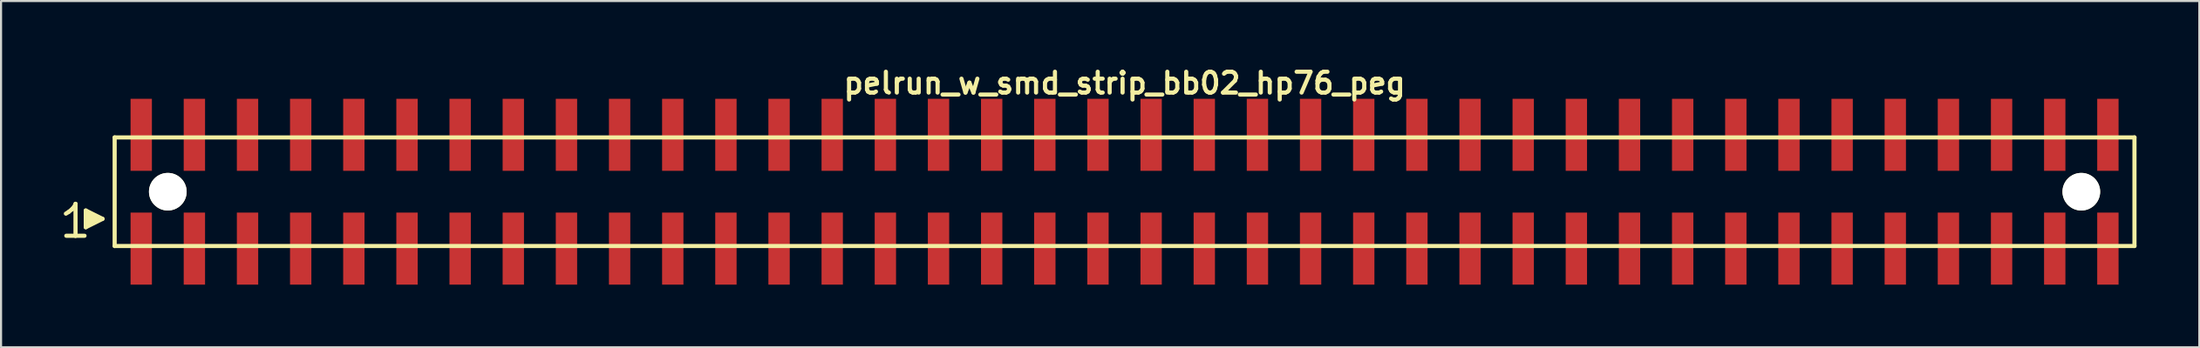
<source format=kicad_pcb>
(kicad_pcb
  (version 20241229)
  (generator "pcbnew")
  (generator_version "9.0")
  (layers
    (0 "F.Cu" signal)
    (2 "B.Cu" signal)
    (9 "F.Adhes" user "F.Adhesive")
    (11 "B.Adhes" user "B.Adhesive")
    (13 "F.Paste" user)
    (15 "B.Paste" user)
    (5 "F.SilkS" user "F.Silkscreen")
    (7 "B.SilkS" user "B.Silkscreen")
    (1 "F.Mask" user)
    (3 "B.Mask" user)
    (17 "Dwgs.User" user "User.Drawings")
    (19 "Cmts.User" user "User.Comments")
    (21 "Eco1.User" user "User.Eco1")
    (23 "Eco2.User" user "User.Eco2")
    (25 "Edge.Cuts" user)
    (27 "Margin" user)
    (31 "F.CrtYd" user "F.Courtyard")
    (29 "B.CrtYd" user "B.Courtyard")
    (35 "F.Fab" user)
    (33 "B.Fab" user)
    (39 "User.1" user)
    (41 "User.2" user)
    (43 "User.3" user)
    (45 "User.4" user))
  (footprint "pelrun_w_smd_strip_bb02_hp76_peg"
    (layer "F.Cu")
    (at 50.689 6.132)
    (property "Reference" "pelrun_w_smd_strip_bb02_hp76_peg" (at 0 -5.2 0) (layer "F.SilkS") (effects (font (size 0.998 0.998) (thickness 0.198))))
    (attr through_hole)
    (fp_line (start -50.59 1.05) (end -50.46 0.97) (stroke (width 0.198) (type solid)) (layer "F.SilkS"))
    (fp_line (start -50.46 0.97) (end -50.3 0.84) (stroke (width 0.198) (type solid)) (layer "F.SilkS"))
    (fp_line (start -50.3 0.84) (end -50.16 0.67) (stroke (width 0.198) (type solid)) (layer "F.SilkS"))
    (fp_line (start -50.16 0.67) (end -50.13 0.58) (stroke (width 0.198) (type solid)) (layer "F.SilkS"))
    (fp_line (start -50.13 0.58) (end -50.13 2.11) (stroke (width 0.198) (type solid)) (layer "F.SilkS"))
    (fp_line (start -50.13 2.11) (end -50.57 2.11) (stroke (width 0.198) (type solid)) (layer "F.SilkS"))
    (fp_line (start -49.7 2.11) (end -50.14 2.11) (stroke (width 0.198) (type solid)) (layer "F.SilkS"))
    (fp_line (start -49.64 0.9) (end -48.84 1.3) (stroke (width 0.198) (type solid)) (layer "F.SilkS"))
    (fp_line (start -49.64 1.7) (end -49.64 0.9) (stroke (width 0.198) (type solid)) (layer "F.SilkS"))
    (fp_line (start -49.54 1.6) (end -49.54 1) (stroke (width 0.198) (type solid)) (layer "F.SilkS"))
    (fp_line (start -49.44 1.1) (end -49.44 1.5) (stroke (width 0.198) (type solid)) (layer "F.SilkS"))
    (fp_line (start -49.34 1.5) (end -49.34 1.1) (stroke (width 0.198) (type solid)) (layer "F.SilkS"))
    (fp_line (start -49.24 1.2) (end -49.24 1.4) (stroke (width 0.198) (type solid)) (layer "F.SilkS"))
    (fp_line (start -49.14 1.4) (end -49.14 1.2) (stroke (width 0.198) (type solid)) (layer "F.SilkS"))
    (fp_line (start -48.84 1.3) (end -49.64 1.7) (stroke (width 0.198) (type solid)) (layer "F.SilkS"))
    (fp_line (start -48.26 -2.6) (end -48.26 2.6) (stroke (width 0.198) (type solid)) (layer "F.SilkS"))
    (fp_line (start -48.26 -2.6) (end 48.26 -2.6) (stroke (width 0.198) (type solid)) (layer "F.SilkS"))
    (fp_line (start 48.26 2.6) (end -48.26 2.6) (stroke (width 0.198) (type solid)) (layer "F.SilkS"))
    (fp_line (start 48.26 2.6) (end 48.26 -2.6) (stroke (width 0.198) (type solid)) (layer "F.SilkS"))
    (pad "" np_thru_hole circle (at -45.72 0) (size 1.8 1.8) (drill 1.8) (layers "*.Cu" "*.Mask" "F.SilkS"))
    (pad "" np_thru_hole circle (at 45.72 0) (size 1.8 1.8) (drill 1.8) (layers "*.Cu" "*.Mask" "F.SilkS"))
    (pad "1" smd rect (at -46.99 2.725) (size 1.02 3.45) (layers "F.Cu" "F.Mask" "F.Paste"))
    (pad "2" smd rect (at -46.99 -2.725) (size 1.02 3.45) (layers "F.Cu" "F.Mask" "F.Paste"))
    (pad "3" smd rect (at -44.45 2.725) (size 1.02 3.45) (layers "F.Cu" "F.Mask" "F.Paste"))
    (pad "4" smd rect (at -44.45 -2.725) (size 1.02 3.45) (layers "F.Cu" "F.Mask" "F.Paste"))
    (pad "5" smd rect (at -41.91 2.725) (size 1.02 3.45) (layers "F.Cu" "F.Mask" "F.Paste"))
    (pad "6" smd rect (at -41.91 -2.725) (size 1.02 3.45) (layers "F.Cu" "F.Mask" "F.Paste"))
    (pad "7" smd rect (at -39.37 2.725) (size 1.02 3.45) (layers "F.Cu" "F.Mask" "F.Paste"))
    (pad "8" smd rect (at -39.37 -2.725) (size 1.02 3.45) (layers "F.Cu" "F.Mask" "F.Paste"))
    (pad "9" smd rect (at -36.83 2.725) (size 1.02 3.45) (layers "F.Cu" "F.Mask" "F.Paste"))
    (pad "10" smd rect (at -36.83 -2.725) (size 1.02 3.45) (layers "F.Cu" "F.Mask" "F.Paste"))
    (pad "11" smd rect (at -34.29 2.725) (size 1.02 3.45) (layers "F.Cu" "F.Mask" "F.Paste"))
    (pad "12" smd rect (at -34.29 -2.725) (size 1.02 3.45) (layers "F.Cu" "F.Mask" "F.Paste"))
    (pad "13" smd rect (at -31.75 2.725) (size 1.02 3.45) (layers "F.Cu" "F.Mask" "F.Paste"))
    (pad "14" smd rect (at -31.75 -2.725) (size 1.02 3.45) (layers "F.Cu" "F.Mask" "F.Paste"))
    (pad "15" smd rect (at -29.21 2.725) (size 1.02 3.45) (layers "F.Cu" "F.Mask" "F.Paste"))
    (pad "16" smd rect (at -29.21 -2.725) (size 1.02 3.45) (layers "F.Cu" "F.Mask" "F.Paste"))
    (pad "17" smd rect (at -26.67 2.725) (size 1.02 3.45) (layers "F.Cu" "F.Mask" "F.Paste"))
    (pad "18" smd rect (at -26.67 -2.725) (size 1.02 3.45) (layers "F.Cu" "F.Mask" "F.Paste"))
    (pad "19" smd rect (at -24.13 2.725) (size 1.02 3.45) (layers "F.Cu" "F.Mask" "F.Paste"))
    (pad "20" smd rect (at -24.13 -2.725) (size 1.02 3.45) (layers "F.Cu" "F.Mask" "F.Paste"))
    (pad "21" smd rect (at -21.59 2.725) (size 1.02 3.45) (layers "F.Cu" "F.Mask" "F.Paste"))
    (pad "22" smd rect (at -21.59 -2.725) (size 1.02 3.45) (layers "F.Cu" "F.Mask" "F.Paste"))
    (pad "23" smd rect (at -19.05 2.725) (size 1.02 3.45) (layers "F.Cu" "F.Mask" "F.Paste"))
    (pad "24" smd rect (at -19.05 -2.725) (size 1.02 3.45) (layers "F.Cu" "F.Mask" "F.Paste"))
    (pad "25" smd rect (at -16.51 2.725) (size 1.02 3.45) (layers "F.Cu" "F.Mask" "F.Paste"))
    (pad "26" smd rect (at -16.51 -2.725) (size 1.02 3.45) (layers "F.Cu" "F.Mask" "F.Paste"))
    (pad "27" smd rect (at -13.97 2.725) (size 1.02 3.45) (layers "F.Cu" "F.Mask" "F.Paste"))
    (pad "28" smd rect (at -13.97 -2.725) (size 1.02 3.45) (layers "F.Cu" "F.Mask" "F.Paste"))
    (pad "29" smd rect (at -11.43 2.725) (size 1.02 3.45) (layers "F.Cu" "F.Mask" "F.Paste"))
    (pad "30" smd rect (at -11.43 -2.725) (size 1.02 3.45) (layers "F.Cu" "F.Mask" "F.Paste"))
    (pad "31" smd rect (at -8.89 2.725) (size 1.02 3.45) (layers "F.Cu" "F.Mask" "F.Paste"))
    (pad "32" smd rect (at -8.89 -2.725) (size 1.02 3.45) (layers "F.Cu" "F.Mask" "F.Paste"))
    (pad "33" smd rect (at -6.35 2.725) (size 1.02 3.45) (layers "F.Cu" "F.Mask" "F.Paste"))
    (pad "34" smd rect (at -6.35 -2.725) (size 1.02 3.45) (layers "F.Cu" "F.Mask" "F.Paste"))
    (pad "35" smd rect (at -3.81 2.725) (size 1.02 3.45) (layers "F.Cu" "F.Mask" "F.Paste"))
    (pad "36" smd rect (at -3.81 -2.725) (size 1.02 3.45) (layers "F.Cu" "F.Mask" "F.Paste"))
    (pad "37" smd rect (at -1.27 2.725) (size 1.02 3.45) (layers "F.Cu" "F.Mask" "F.Paste"))
    (pad "38" smd rect (at -1.27 -2.725) (size 1.02 3.45) (layers "F.Cu" "F.Mask" "F.Paste"))
    (pad "39" smd rect (at 1.27 2.725) (size 1.02 3.45) (layers "F.Cu" "F.Mask" "F.Paste"))
    (pad "40" smd rect (at 1.27 -2.725) (size 1.02 3.45) (layers "F.Cu" "F.Mask" "F.Paste"))
    (pad "41" smd rect (at 3.81 2.725) (size 1.02 3.45) (layers "F.Cu" "F.Mask" "F.Paste"))
    (pad "42" smd rect (at 3.81 -2.725) (size 1.02 3.45) (layers "F.Cu" "F.Mask" "F.Paste"))
    (pad "43" smd rect (at 6.35 2.725) (size 1.02 3.45) (layers "F.Cu" "F.Mask" "F.Paste"))
    (pad "44" smd rect (at 6.35 -2.725) (size 1.02 3.45) (layers "F.Cu" "F.Mask" "F.Paste"))
    (pad "45" smd rect (at 8.89 2.725) (size 1.02 3.45) (layers "F.Cu" "F.Mask" "F.Paste"))
    (pad "46" smd rect (at 8.89 -2.725) (size 1.02 3.45) (layers "F.Cu" "F.Mask" "F.Paste"))
    (pad "47" smd rect (at 11.43 2.725) (size 1.02 3.45) (layers "F.Cu" "F.Mask" "F.Paste"))
    (pad "48" smd rect (at 11.43 -2.725) (size 1.02 3.45) (layers "F.Cu" "F.Mask" "F.Paste"))
    (pad "49" smd rect (at 13.97 2.725) (size 1.02 3.45) (layers "F.Cu" "F.Mask" "F.Paste"))
    (pad "50" smd rect (at 13.97 -2.725) (size 1.02 3.45) (layers "F.Cu" "F.Mask" "F.Paste"))
    (pad "51" smd rect (at 16.51 2.725) (size 1.02 3.45) (layers "F.Cu" "F.Mask" "F.Paste"))
    (pad "52" smd rect (at 16.51 -2.725) (size 1.02 3.45) (layers "F.Cu" "F.Mask" "F.Paste"))
    (pad "53" smd rect (at 19.05 2.725) (size 1.02 3.45) (layers "F.Cu" "F.Mask" "F.Paste"))
    (pad "54" smd rect (at 19.05 -2.725) (size 1.02 3.45) (layers "F.Cu" "F.Mask" "F.Paste"))
    (pad "55" smd rect (at 21.59 2.725) (size 1.02 3.45) (layers "F.Cu" "F.Mask" "F.Paste"))
    (pad "56" smd rect (at 21.59 -2.725) (size 1.02 3.45) (layers "F.Cu" "F.Mask" "F.Paste"))
    (pad "57" smd rect (at 24.13 2.725) (size 1.02 3.45) (layers "F.Cu" "F.Mask" "F.Paste"))
    (pad "58" smd rect (at 24.13 -2.725) (size 1.02 3.45) (layers "F.Cu" "F.Mask" "F.Paste"))
    (pad "59" smd rect (at 26.67 2.725) (size 1.02 3.45) (layers "F.Cu" "F.Mask" "F.Paste"))
    (pad "60" smd rect (at 26.67 -2.725) (size 1.02 3.45) (layers "F.Cu" "F.Mask" "F.Paste"))
    (pad "61" smd rect (at 29.21 2.725) (size 1.02 3.45) (layers "F.Cu" "F.Mask" "F.Paste"))
    (pad "62" smd rect (at 29.21 -2.725) (size 1.02 3.45) (layers "F.Cu" "F.Mask" "F.Paste"))
    (pad "63" smd rect (at 31.75 2.725) (size 1.02 3.45) (layers "F.Cu" "F.Mask" "F.Paste"))
    (pad "64" smd rect (at 31.75 -2.725) (size 1.02 3.45) (layers "F.Cu" "F.Mask" "F.Paste"))
    (pad "65" smd rect (at 34.29 2.725) (size 1.02 3.45) (layers "F.Cu" "F.Mask" "F.Paste"))
    (pad "66" smd rect (at 34.29 -2.725) (size 1.02 3.45) (layers "F.Cu" "F.Mask" "F.Paste"))
    (pad "67" smd rect (at 36.83 2.725) (size 1.02 3.45) (layers "F.Cu" "F.Mask" "F.Paste"))
    (pad "68" smd rect (at 36.83 -2.725) (size 1.02 3.45) (layers "F.Cu" "F.Mask" "F.Paste"))
    (pad "69" smd rect (at 39.37 2.725) (size 1.02 3.45) (layers "F.Cu" "F.Mask" "F.Paste"))
    (pad "70" smd rect (at 39.37 -2.725) (size 1.02 3.45) (layers "F.Cu" "F.Mask" "F.Paste"))
    (pad "71" smd rect (at 41.91 2.725) (size 1.02 3.45) (layers "F.Cu" "F.Mask" "F.Paste"))
    (pad "72" smd rect (at 41.91 -2.725) (size 1.02 3.45) (layers "F.Cu" "F.Mask" "F.Paste"))
    (pad "73" smd rect (at 44.45 2.725) (size 1.02 3.45) (layers "F.Cu" "F.Mask" "F.Paste"))
    (pad "74" smd rect (at 44.45 -2.725) (size 1.02 3.45) (layers "F.Cu" "F.Mask" "F.Paste"))
    (pad "75" smd rect (at 46.99 2.725) (size 1.02 3.45) (layers "F.Cu" "F.Mask" "F.Paste"))
    (pad "76" smd rect (at 46.99 -2.725) (size 1.02 3.45) (layers "F.Cu" "F.Mask" "F.Paste")))
  (gr_rect
    (start -3 -3)
    (end 102.048 13.582)
    (stroke (width 0.1) (type default))
    (fill no)
    (layer "Edge.Cuts")))
</source>
